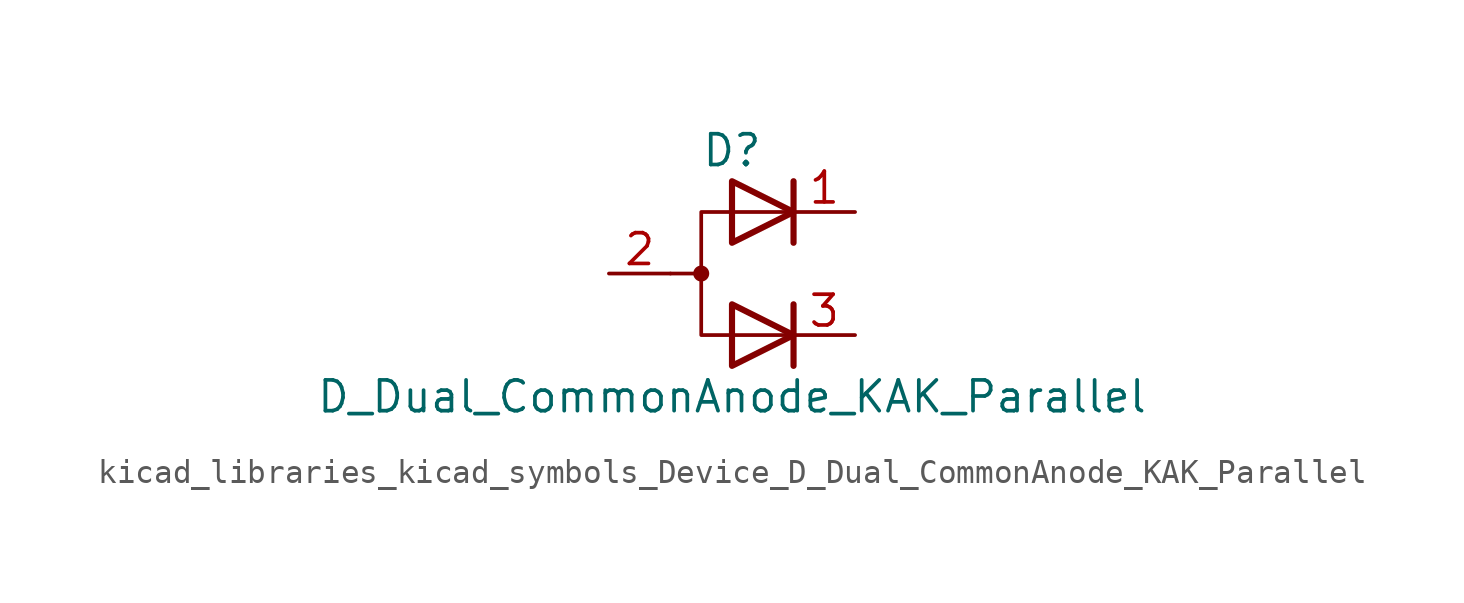
<source format=kicad_sym>
(kicad_symbol_lib
  (version 20220914)
  (generator kicad_symbol_editor)
  (symbol "kicad_libraries_kicad_symbols_Device_D_Dual_CommonAnode_KAK_Parallel"
    (pin_names
      (offset 0.762) hide)
    (property "Reference" "D"
      (at 0 5.08 0)
      (effects (font (size 1.27 1.27))))
    (property "Value" "D_Dual_CommonAnode_KAK_Parallel"
      (at 0 -5.08 0)
      (effects (font (size 1.27 1.27))))
    (symbol "kicad_libraries_kicad_symbols_Device_D_Dual_CommonAnode_KAK_Parallel_0_0"
      (polyline (pts (xy 2.54 -1.27) (xy 2.54 -3.81)) (stroke (width 0.254) (type default)) (fill (type none)))
      (polyline (pts (xy 2.54 3.81) (xy 2.54 1.27)) (stroke (width 0.254) (type default)) (fill (type none))))
    (symbol "kicad_libraries_kicad_symbols_Device_D_Dual_CommonAnode_KAK_Parallel_0_1"
      (circle (center -1.27 0) (radius 0.254) (stroke (width 0) (type default)) (fill (type outline)))
      (polyline (pts (xy -1.27 0) (xy -2.54 0)) (stroke (width 0) (type default)) (fill (type none)))
      (polyline (pts (xy 2.54 2.54) (xy -1.27 2.54) (xy -1.27 -2.54) (xy 2.54 -2.54)) (stroke (width 0) (type default)) (fill (type none)))
      (polyline (pts (xy 0 -1.27) (xy 2.54 -2.54) (xy 0 -3.81) (xy 0 -1.27) (xy 0 -1.27) (xy 0 -1.27)) (stroke (width 0.254) (type default)) (fill (type none)))
      (polyline (pts (xy 0 3.81) (xy 2.54 2.54) (xy 0 1.27) (xy 0 3.81) (xy 0 3.81) (xy 0 3.81)) (stroke (width 0.254) (type default)) (fill (type none)))
      (pin passive line (at 5.08 2.54 180) (length 2.54) (name "K" (effects (font (size 1.27 1.27)))) (number "1" (effects (font (size 1.27 1.27)))))
      (pin passive line (at -5.08 0 0) (length 2.54) (name "A" (effects (font (size 1.27 1.27)))) (number "2" (effects (font (size 1.27 1.27)))))
      (pin passive line (at 5.08 -2.54 180) (length 2.54) (name "K" (effects (font (size 1.27 1.27)))) (number "3" (effects (font (size 1.27 1.27))))))))
</source>
